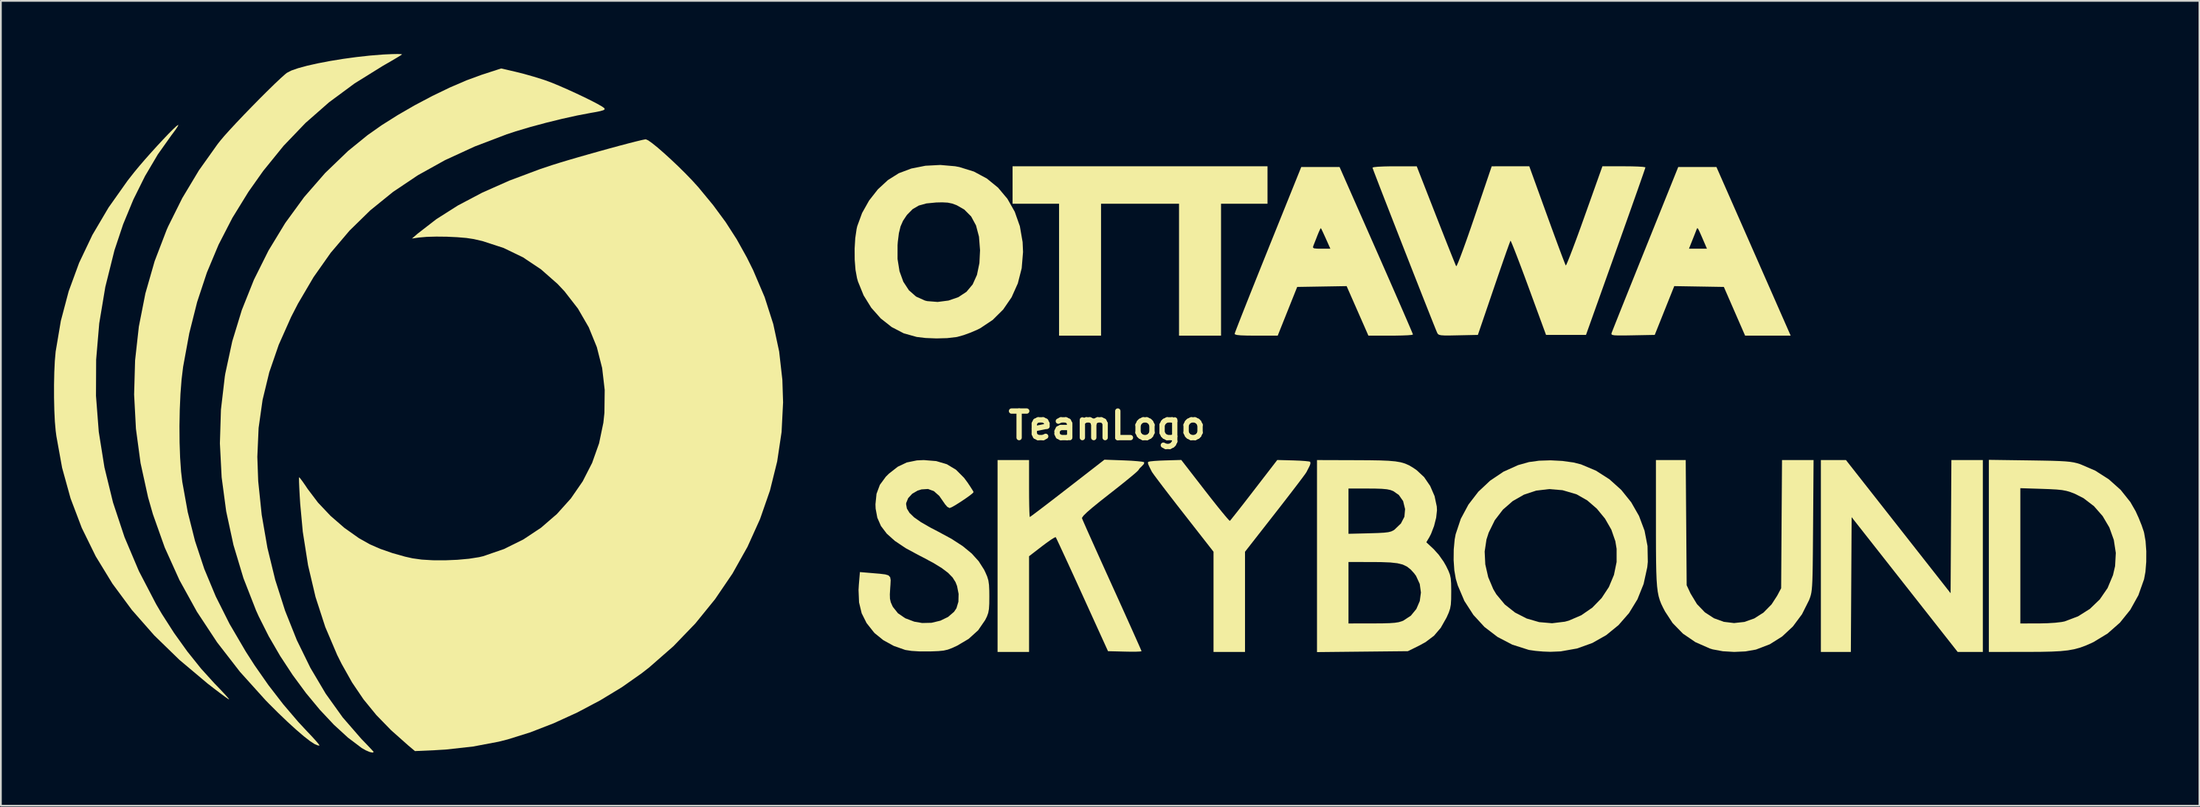
<source format=kicad_pcb>
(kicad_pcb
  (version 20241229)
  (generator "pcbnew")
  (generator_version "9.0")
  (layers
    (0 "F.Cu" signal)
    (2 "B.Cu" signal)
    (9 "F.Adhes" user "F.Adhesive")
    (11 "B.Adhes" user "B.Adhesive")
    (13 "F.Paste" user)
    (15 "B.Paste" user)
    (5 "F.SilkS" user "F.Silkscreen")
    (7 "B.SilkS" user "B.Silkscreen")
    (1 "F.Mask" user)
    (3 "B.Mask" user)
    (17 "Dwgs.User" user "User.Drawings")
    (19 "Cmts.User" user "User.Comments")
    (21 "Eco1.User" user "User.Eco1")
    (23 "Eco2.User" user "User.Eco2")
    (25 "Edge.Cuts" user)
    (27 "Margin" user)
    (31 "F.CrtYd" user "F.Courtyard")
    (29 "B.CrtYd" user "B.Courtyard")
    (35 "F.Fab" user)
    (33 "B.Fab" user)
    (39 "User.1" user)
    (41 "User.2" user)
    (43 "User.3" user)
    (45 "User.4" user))
  (footprint "TeamLogo"
    (layer "F.Cu")
    (at 59.451 20.989)
    (property "Reference" "TeamLogo" (at 0 0 0) (layer "F.SilkS") (effects (font (size 1.5 1.5) (thickness 0.3))))
    (attr board_only exclude_from_pos_files exclude_from_bom)
    (fp_poly (pts (xy 44.671 5.708) (xy 47.625 9.469) (xy 47.647 5.708) (xy 47.669 1.947) (xy 48.557 1.947) (xy 49.445 1.947) (xy 49.445 7.366) (xy 49.445 12.785) (xy 48.735 12.785) (xy 48.024 12.785) (xy 45.03 8.978) (xy 42.037 5.172) (xy 42.015 8.978) (xy 41.993 12.785) (xy 41.147 12.785) (xy 40.301 12.785) (xy 40.301 7.366) (xy 40.301 1.947) (xy 41.009 1.947) (xy 41.717 1.947)) (stroke (width 0) (type solid)) (fill yes) (layer "F.SilkS"))
    (fp_poly (pts (xy 9.059 -13.589) (xy 9.059 -12.531) (xy 7.747 -12.531) (xy 6.435 -12.531) (xy 6.435 -8.805) (xy 6.435 -5.08) (xy 5.249 -5.08) (xy 4.064 -5.08) (xy 4.064 -8.805) (xy 4.064 -12.531) (xy 1.863 -12.531) (xy -0.339 -12.531) (xy -0.339 -8.805) (xy -0.339 -5.08) (xy -1.524 -5.08) (xy -2.709 -5.08) (xy -2.709 -8.805) (xy -2.709 -12.531) (xy -4.022 -12.531) (xy -5.334 -12.531) (xy -5.334 -13.589) (xy -5.334 -14.647) (xy 1.863 -14.647) (xy 9.059 -14.647)) (stroke (width 0) (type solid)) (fill yes) (layer "F.SilkS"))
    (fp_poly (pts (xy 5.536 3.678) (xy 5.899 4.143) (xy 6.229 4.559) (xy 6.512 4.908) (xy 6.733 5.173) (xy 6.878 5.336) (xy 6.933 5.382) (xy 6.997 5.309) (xy 7.149 5.119) (xy 7.376 4.832) (xy 7.663 4.466) (xy 7.995 4.038) (xy 8.297 3.646) (xy 9.61 1.943) (xy 10.514 1.967) (xy 10.889 1.982) (xy 11.199 2.003) (xy 11.406 2.027) (xy 11.472 2.046) (xy 11.481 2.154) (xy 11.436 2.278) (xy 11.321 2.503) (xy 11.259 2.626) (xy 11.187 2.733) (xy 11.024 2.955) (xy 10.782 3.276) (xy 10.475 3.678) (xy 10.116 4.144) (xy 9.719 4.656) (xy 9.481 4.961) (xy 7.789 7.126) (xy 7.789 9.955) (xy 7.789 12.785) (xy 6.9 12.785) (xy 6.011 12.785) (xy 6.011 9.955) (xy 6.011 7.126) (xy 4.32 4.961) (xy 3.905 4.429) (xy 3.521 3.932) (xy 3.181 3.489) (xy 2.899 3.116) (xy 2.687 2.832) (xy 2.559 2.653) (xy 2.528 2.605) (xy 2.391 2.333) (xy 2.321 2.172) (xy 2.307 2.087) (xy 2.328 2.046) (xy 2.43 2.022) (xy 2.664 1.998) (xy 2.993 1.978) (xy 3.287 1.967) (xy 4.191 1.941)) (stroke (width 0) (type solid)) (fill yes) (layer "F.SilkS"))
    (fp_poly (pts (xy 36.045 -10.88) (xy 36.392 -10.091) (xy 36.734 -9.314) (xy 37.061 -8.569) (xy 37.365 -7.879) (xy 37.636 -7.263) (xy 37.864 -6.744) (xy 38.041 -6.341) (xy 38.14 -6.117) (xy 38.596 -5.08) (xy 37.309 -5.08) (xy 36.023 -5.08) (xy 35.423 -6.456) (xy 34.823 -7.832) (xy 33.423 -7.855) (xy 32.023 -7.878) (xy 31.472 -6.5) (xy 30.921 -5.122) (xy 29.678 -5.099) (xy 29.196 -5.091) (xy 28.86 -5.091) (xy 28.644 -5.1) (xy 28.525 -5.122) (xy 28.478 -5.159) (xy 28.48 -5.214) (xy 28.484 -5.226) (xy 28.524 -5.33) (xy 28.621 -5.577) (xy 28.77 -5.952) (xy 28.965 -6.442) (xy 29.201 -7.031) (xy 29.471 -7.705) (xy 29.771 -8.451) (xy 30.093 -9.254) (xy 30.39 -9.991) (xy 32.853 -9.991) (xy 33.361 -9.991) (xy 33.869 -9.991) (xy 33.732 -10.308) (xy 33.564 -10.698) (xy 33.45 -10.954) (xy 33.379 -11.098) (xy 33.335 -11.152) (xy 33.307 -11.135) (xy 33.28 -11.071) (xy 33.272 -11.049) (xy 33.205 -10.876) (xy 33.102 -10.616) (xy 33.03 -10.435) (xy 32.853 -9.991) (xy 30.39 -9.991) (xy 32.247 -14.605) (xy 33.326 -14.605) (xy 34.405 -14.605)) (stroke (width 0) (type solid)) (fill yes) (layer "F.SilkS"))
    (fp_poly (pts (xy 15.2 -9.906) (xy 15.569 -9.067) (xy 15.918 -8.273) (xy 16.239 -7.539) (xy 16.528 -6.878) (xy 16.778 -6.304) (xy 16.983 -5.83) (xy 17.138 -5.469) (xy 17.236 -5.236) (xy 17.272 -5.144) (xy 17.272 -5.144) (xy 17.192 -5.121) (xy 16.972 -5.102) (xy 16.642 -5.089) (xy 16.231 -5.081) (xy 16.014 -5.08) (xy 14.756 -5.08) (xy 14.141 -6.479) (xy 13.526 -7.878) (xy 12.131 -7.855) (xy 10.735 -7.832) (xy 10.185 -6.456) (xy 9.635 -5.08) (xy 8.416 -5.08) (xy 7.911 -5.084) (xy 7.556 -5.096) (xy 7.333 -5.119) (xy 7.223 -5.153) (xy 7.204 -5.186) (xy 7.236 -5.282) (xy 7.326 -5.52) (xy 7.469 -5.888) (xy 7.658 -6.37) (xy 7.889 -6.953) (xy 8.155 -7.623) (xy 8.452 -8.365) (xy 8.773 -9.166) (xy 9.088 -9.948) (xy 9.131 -10.057) (xy 11.626 -10.057) (xy 11.689 -10.012) (xy 11.861 -9.994) (xy 12.095 -9.991) (xy 12.608 -9.991) (xy 12.353 -10.56) (xy 12.226 -10.839) (xy 12.127 -11.05) (xy 12.075 -11.151) (xy 12.072 -11.155) (xy 12.031 -11.097) (xy 11.951 -10.922) (xy 11.874 -10.733) (xy 11.767 -10.458) (xy 11.677 -10.23) (xy 11.641 -10.139) (xy 11.626 -10.057) (xy 9.131 -10.057) (xy 10.964 -14.605) (xy 12.046 -14.605) (xy 13.128 -14.605)) (stroke (width 0) (type solid)) (fill yes) (layer "F.SilkS"))
    (fp_poly (pts (xy 32.697 5.482) (xy 32.724 9.017) (xy 32.944 9.487) (xy 33.305 10.083) (xy 33.752 10.548) (xy 34.264 10.882) (xy 34.821 11.084) (xy 35.4 11.154) (xy 35.981 11.09) (xy 36.541 10.893) (xy 37.061 10.562) (xy 37.518 10.097) (xy 37.833 9.61) (xy 38.058 9.186) (xy 38.082 5.567) (xy 38.107 1.947) (xy 38.997 1.947) (xy 39.888 1.947) (xy 39.861 5.652) (xy 39.854 6.54) (xy 39.848 7.276) (xy 39.841 7.877) (xy 39.832 8.358) (xy 39.821 8.738) (xy 39.806 9.033) (xy 39.787 9.259) (xy 39.763 9.433) (xy 39.733 9.573) (xy 39.696 9.696) (xy 39.65 9.817) (xy 39.632 9.864) (xy 39.235 10.655) (xy 38.724 11.343) (xy 38.113 11.914) (xy 37.417 12.352) (xy 36.652 12.645) (xy 36.615 12.655) (xy 36.042 12.755) (xy 35.403 12.784) (xy 34.766 12.746) (xy 34.197 12.641) (xy 34.036 12.592) (xy 33.216 12.231) (xy 32.513 11.751) (xy 31.932 11.155) (xy 31.507 10.506) (xy 31.387 10.278) (xy 31.287 10.069) (xy 31.206 9.862) (xy 31.141 9.639) (xy 31.091 9.383) (xy 31.053 9.076) (xy 31.026 8.7) (xy 31.008 8.237) (xy 30.997 7.669) (xy 30.991 6.98) (xy 30.989 6.15) (xy 30.989 5.524) (xy 30.988 1.947) (xy 31.829 1.947) (xy 32.67 1.947)) (stroke (width 0) (type solid)) (fill yes) (layer "F.SilkS"))
    (fp_poly (pts (xy -52.433 -16.985) (xy -52.463 -16.906) (xy -52.578 -16.729) (xy -52.754 -16.489) (xy -52.814 -16.411) (xy -53.589 -15.319) (xy -54.313 -14.094) (xy -54.972 -12.767) (xy -55.549 -11.371) (xy -56.027 -9.938) (xy -56.046 -9.874) (xy -56.556 -7.829) (xy -56.898 -5.777) (xy -57.073 -3.725) (xy -57.082 -1.68) (xy -56.925 0.351) (xy -56.604 2.363) (xy -56.119 4.348) (xy -55.471 6.301) (xy -54.662 8.213) (xy -53.691 10.079) (xy -53.369 10.628) (xy -52.675 11.711) (xy -51.926 12.757) (xy -51.153 13.723) (xy -50.387 14.569) (xy -50.357 14.599) (xy -50.062 14.904) (xy -49.818 15.165) (xy -49.646 15.357) (xy -49.566 15.46) (xy -49.563 15.47) (xy -49.636 15.431) (xy -49.819 15.301) (xy -50.093 15.099) (xy -50.434 14.839) (xy -50.793 14.56) (xy -52.373 13.231) (xy -53.792 11.851) (xy -55.052 10.418) (xy -56.153 8.929) (xy -57.097 7.383) (xy -57.884 5.779) (xy -58.516 4.114) (xy -58.994 2.386) (xy -59.318 0.595) (xy -59.357 0.296) (xy -59.403 -0.224) (xy -59.434 -0.862) (xy -59.45 -1.571) (xy -59.451 -2.303) (xy -59.436 -3.012) (xy -59.406 -3.649) (xy -59.36 -4.167) (xy -59.357 -4.191) (xy -59.066 -5.916) (xy -58.625 -7.583) (xy -58.032 -9.199) (xy -57.283 -10.773) (xy -56.374 -12.314) (xy -55.301 -13.831) (xy -54.919 -14.318) (xy -54.641 -14.654) (xy -54.321 -15.026) (xy -53.976 -15.415) (xy -53.626 -15.801) (xy -53.289 -16.164) (xy -52.984 -16.484) (xy -52.728 -16.741) (xy -52.542 -16.915) (xy -52.442 -16.986)) (stroke (width 0) (type solid)) (fill yes) (layer "F.SilkS"))
    (fp_poly (pts (xy 52.091 1.966) (xy 52.79 1.977) (xy 53.344 1.988) (xy 53.776 2.003) (xy 54.11 2.022) (xy 54.369 2.047) (xy 54.578 2.08) (xy 54.76 2.123) (xy 54.938 2.178) (xy 54.949 2.182) (xy 55.79 2.544) (xy 56.557 3.035) (xy 57.227 3.633) (xy 57.775 4.321) (xy 58.069 4.833) (xy 58.246 5.222) (xy 58.408 5.626) (xy 58.527 5.973) (xy 58.549 6.054) (xy 58.632 6.528) (xy 58.673 7.098) (xy 58.67 7.697) (xy 58.625 8.258) (xy 58.547 8.678) (xy 58.226 9.584) (xy 57.768 10.407) (xy 57.184 11.132) (xy 56.487 11.745) (xy 55.692 12.228) (xy 55.562 12.29) (xy 55.231 12.434) (xy 54.918 12.547) (xy 54.598 12.633) (xy 54.244 12.696) (xy 53.83 12.739) (xy 53.328 12.765) (xy 52.712 12.779) (xy 51.956 12.783) (xy 51.88 12.783) (xy 49.784 12.785) (xy 49.784 7.36) (xy 49.784 7.356) (xy 51.562 7.356) (xy 51.562 11.176) (xy 52.599 11.175) (xy 53.084 11.164) (xy 53.531 11.136) (xy 53.892 11.094) (xy 54.06 11.061) (xy 54.82 10.774) (xy 55.487 10.355) (xy 56.047 9.817) (xy 56.487 9.177) (xy 56.792 8.448) (xy 56.911 7.937) (xy 56.952 7.193) (xy 56.839 6.457) (xy 56.587 5.754) (xy 56.208 5.111) (xy 55.718 4.551) (xy 55.129 4.1) (xy 54.64 3.852) (xy 54.392 3.756) (xy 54.165 3.689) (xy 53.918 3.642) (xy 53.613 3.611) (xy 53.208 3.589) (xy 52.811 3.575) (xy 51.562 3.535) (xy 51.562 7.356) (xy 49.784 7.356) (xy 49.784 1.935)) (stroke (width 0) (type solid)) (fill yes) (layer "F.SilkS"))
    (fp_poly (pts (xy 0.943 1.965) (xy 1.357 1.984) (xy 1.709 2.01) (xy 1.965 2.037) (xy 2.09 2.064) (xy 2.096 2.068) (xy 2.086 2.16) (xy 1.982 2.275) (xy 1.836 2.418) (xy 1.77 2.517) (xy 1.696 2.594) (xy 1.507 2.76) (xy 1.221 2.997) (xy 0.858 3.291) (xy 0.437 3.625) (xy 0.141 3.857) (xy -0.409 4.29) (xy -0.829 4.632) (xy -1.13 4.892) (xy -1.319 5.077) (xy -1.407 5.195) (xy -1.414 5.238) (xy -1.371 5.341) (xy -1.266 5.582) (xy -1.105 5.947) (xy -0.894 6.418) (xy -0.642 6.98) (xy -0.355 7.618) (xy -0.04 8.315) (xy 0.287 9.037) (xy 0.621 9.773) (xy 0.932 10.462) (xy 1.214 11.089) (xy 1.46 11.637) (xy 1.663 12.092) (xy 1.817 12.438) (xy 1.914 12.66) (xy 1.947 12.744) (xy 1.868 12.76) (xy 1.654 12.77) (xy 1.338 12.772) (xy 1.001 12.766) (xy 0.054 12.742) (xy -1.4 9.545) (xy -1.713 8.857) (xy -2.005 8.218) (xy -2.269 7.644) (xy -2.497 7.151) (xy -2.681 6.755) (xy -2.813 6.474) (xy -2.887 6.322) (xy -2.9 6.301) (xy -2.981 6.33) (xy -3.166 6.446) (xy -3.425 6.629) (xy -3.674 6.816) (xy -4.403 7.378) (xy -4.403 10.082) (xy -4.403 12.785) (xy -5.292 12.785) (xy -6.181 12.785) (xy -6.181 7.366) (xy -6.181 1.947) (xy -5.292 1.947) (xy -4.403 1.947) (xy -4.403 3.556) (xy -4.401 4.057) (xy -4.395 4.494) (xy -4.386 4.842) (xy -4.375 5.074) (xy -4.363 5.164) (xy -4.362 5.165) (xy -4.287 5.115) (xy -4.096 4.973) (xy -3.803 4.752) (xy -3.427 4.465) (xy -2.982 4.124) (xy -2.486 3.74) (xy -2.234 3.545) (xy -0.148 1.926)) (stroke (width 0) (type solid)) (fill yes) (layer "F.SilkS"))
    (fp_poly (pts (xy -8.581 -14.649) (xy -8.34 -14.604) (xy -7.521 -14.35) (xy -6.789 -13.958) (xy -6.154 -13.44) (xy -5.625 -12.81) (xy -5.211 -12.079) (xy -4.922 -11.26) (xy -4.767 -10.366) (xy -4.743 -9.804) (xy -4.819 -8.888) (xy -5.038 -8.031) (xy -5.389 -7.248) (xy -5.864 -6.556) (xy -6.454 -5.97) (xy -7.149 -5.505) (xy -7.317 -5.42) (xy -7.701 -5.254) (xy -8.101 -5.109) (xy -8.444 -5.013) (xy -8.503 -5.001) (xy -9.023 -4.941) (xy -9.629 -4.924) (xy -10.245 -4.948) (xy -10.747 -5.007) (xy -11.477 -5.211) (xy -12.16 -5.566) (xy -12.776 -6.052) (xy -13.31 -6.654) (xy -13.744 -7.355) (xy -14.062 -8.138) (xy -14.117 -8.332) (xy -14.202 -8.8) (xy -14.247 -9.373) (xy -14.247 -9.41) (xy -11.828 -9.41) (xy -11.717 -8.717) (xy -11.501 -8.124) (xy -11.186 -7.643) (xy -10.78 -7.286) (xy -10.286 -7.064) (xy -10.153 -7.031) (xy -9.565 -6.984) (xy -8.951 -7.063) (xy -8.397 -7.253) (xy -7.937 -7.556) (xy -7.587 -7.974) (xy -7.344 -8.513) (xy -7.206 -9.178) (xy -7.17 -9.906) (xy -7.23 -10.67) (xy -7.397 -11.304) (xy -7.673 -11.814) (xy -8.06 -12.203) (xy -8.479 -12.443) (xy -8.739 -12.541) (xy -8.992 -12.593) (xy -9.299 -12.61) (xy -9.644 -12.602) (xy -10.198 -12.549) (xy -10.629 -12.429) (xy -10.976 -12.226) (xy -11.277 -11.921) (xy -11.321 -11.865) (xy -11.52 -11.566) (xy -11.659 -11.249) (xy -11.752 -10.868) (xy -11.813 -10.379) (xy -11.827 -10.191) (xy -11.828 -9.41) (xy -14.247 -9.41) (xy -14.251 -9.988) (xy -14.216 -10.585) (xy -14.14 -11.104) (xy -14.104 -11.261) (xy -13.83 -12.008) (xy -13.434 -12.713) (xy -12.94 -13.343) (xy -12.373 -13.867) (xy -11.756 -14.255) (xy -11.05 -14.52) (xy -10.254 -14.677) (xy -9.416 -14.721)) (stroke (width 0) (type solid)) (fill yes) (layer "F.SilkS"))
    (fp_poly (pts (xy 25.709 1.997) (xy 26.331 2.083) (xy 26.755 2.189) (xy 27.601 2.545) (xy 28.363 3.033) (xy 29.031 3.633) (xy 29.591 4.329) (xy 30.033 5.102) (xy 30.345 5.933) (xy 30.514 6.805) (xy 30.53 7.699) (xy 30.5 7.998) (xy 30.293 8.944) (xy 29.945 9.812) (xy 29.469 10.591) (xy 28.876 11.27) (xy 28.181 11.837) (xy 27.396 12.281) (xy 26.534 12.59) (xy 25.608 12.754) (xy 25.027 12.778) (xy 24.612 12.762) (xy 24.198 12.726) (xy 23.858 12.678) (xy 23.791 12.664) (xy 22.876 12.372) (xy 22.045 11.938) (xy 21.309 11.375) (xy 20.682 10.693) (xy 20.174 9.906) (xy 19.799 9.024) (xy 19.69 8.655) (xy 19.606 8.173) (xy 19.567 7.596) (xy 19.572 7.114) (xy 21.319 7.114) (xy 21.354 7.837) (xy 21.519 8.561) (xy 21.806 9.241) (xy 21.981 9.534) (xy 22.455 10.103) (xy 23.033 10.56) (xy 23.69 10.896) (xy 24.396 11.101) (xy 25.124 11.164) (xy 25.848 11.076) (xy 26.07 11.016) (xy 26.777 10.712) (xy 27.399 10.281) (xy 27.921 9.743) (xy 28.331 9.121) (xy 28.618 8.435) (xy 28.768 7.707) (xy 28.768 6.958) (xy 28.697 6.529) (xy 28.471 5.877) (xy 28.113 5.254) (xy 27.652 4.693) (xy 27.116 4.229) (xy 26.535 3.896) (xy 26.479 3.872) (xy 25.717 3.649) (xy 24.961 3.586) (xy 24.228 3.673) (xy 23.536 3.902) (xy 22.904 4.263) (xy 22.349 4.747) (xy 21.89 5.346) (xy 21.545 6.049) (xy 21.421 6.434) (xy 21.319 7.114) (xy 19.572 7.114) (xy 19.574 6.992) (xy 19.626 6.43) (xy 19.681 6.138) (xy 19.971 5.267) (xy 20.404 4.46) (xy 20.961 3.736) (xy 21.626 3.112) (xy 22.381 2.604) (xy 23.208 2.232) (xy 23.82 2.06) (xy 24.389 1.983) (xy 25.04 1.962)) (stroke (width 0) (type solid)) (fill yes) (layer "F.SilkS"))
    (fp_poly (pts (xy -33.381 -19.981) (xy -32.911 -19.863) (xy -32.375 -19.711) (xy -31.866 -19.553) (xy -31.708 -19.5) (xy -31.363 -19.372) (xy -30.945 -19.2) (xy -30.483 -18.998) (xy -30.004 -18.78) (xy -29.539 -18.56) (xy -29.115 -18.351) (xy -28.761 -18.166) (xy -28.505 -18.019) (xy -28.377 -17.924) (xy -28.377 -17.923) (xy -28.361 -17.866) (xy -28.434 -17.815) (xy -28.616 -17.762) (xy -28.933 -17.699) (xy -29.148 -17.662) (xy -29.919 -17.515) (xy -30.782 -17.324) (xy -31.683 -17.102) (xy -32.566 -16.864) (xy -33.376 -16.623) (xy -33.885 -16.456) (xy -35.703 -15.763) (xy -37.375 -14.994) (xy -38.908 -14.141) (xy -40.312 -13.199) (xy -41.595 -12.159) (xy -42.765 -11.015) (xy -43.83 -9.76) (xy -44.798 -8.386) (xy -45.679 -6.886) (xy -46.064 -6.138) (xy -46.763 -4.568) (xy -47.299 -3.012) (xy -47.677 -1.45) (xy -47.901 0.136) (xy -47.973 1.766) (xy -47.924 3.133) (xy -47.726 5.039) (xy -47.403 6.905) (xy -46.962 8.715) (xy -46.406 10.457) (xy -45.743 12.118) (xy -44.976 13.685) (xy -44.112 15.143) (xy -43.155 16.48) (xy -42.112 17.682) (xy -42.064 17.732) (xy -41.8 18.006) (xy -41.586 18.231) (xy -41.446 18.383) (xy -41.402 18.436) (xy -41.467 18.472) (xy -41.633 18.435) (xy -41.856 18.34) (xy -42.086 18.207) (xy -42.856 17.625) (xy -43.647 16.9) (xy -44.442 16.054) (xy -45.225 15.109) (xy -45.978 14.087) (xy -46.685 13.01) (xy -47.329 11.901) (xy -47.892 10.781) (xy -48.043 10.447) (xy -48.757 8.619) (xy -49.32 6.745) (xy -49.731 4.841) (xy -49.987 2.922) (xy -50.086 1.003) (xy -50.027 -0.901) (xy -49.808 -2.774) (xy -49.78 -2.944) (xy -49.389 -4.759) (xy -48.848 -6.529) (xy -48.164 -8.241) (xy -47.344 -9.884) (xy -46.396 -11.444) (xy -45.327 -12.91) (xy -44.143 -14.268) (xy -42.854 -15.508) (xy -41.752 -16.404) (xy -40.958 -16.963) (xy -40.056 -17.533) (xy -39.087 -18.093) (xy -38.088 -18.621) (xy -37.098 -19.099) (xy -36.156 -19.504) (xy -35.301 -19.817) (xy -35.297 -19.818) (xy -34.208 -20.172)) (stroke (width 0) (type solid)) (fill yes) (layer "F.SilkS"))
    (fp_poly (pts (xy 14.076 1.954) (xy 14.821 1.958) (xy 15.42 1.968) (xy 15.896 1.988) (xy 16.274 2.021) (xy 16.575 2.072) (xy 16.825 2.145) (xy 17.046 2.242) (xy 17.262 2.369) (xy 17.48 2.518) (xy 17.899 2.908) (xy 18.244 3.412) (xy 18.491 3.982) (xy 18.616 4.571) (xy 18.627 4.784) (xy 18.581 5.203) (xy 18.461 5.676) (xy 18.29 6.121) (xy 18.196 6.302) (xy 18.026 6.59) (xy 18.44 6.977) (xy 18.73 7.3) (xy 19.008 7.695) (xy 19.143 7.932) (xy 19.273 8.199) (xy 19.357 8.415) (xy 19.404 8.633) (xy 19.425 8.904) (xy 19.431 9.28) (xy 19.431 9.393) (xy 19.427 9.809) (xy 19.409 10.109) (xy 19.366 10.345) (xy 19.29 10.569) (xy 19.171 10.836) (xy 19.165 10.848) (xy 18.84 11.423) (xy 18.458 11.871) (xy 17.977 12.233) (xy 17.626 12.425) (xy 16.985 12.742) (xy 14.419 12.768) (xy 11.853 12.794) (xy 11.853 9.44) (xy 13.631 9.44) (xy 13.631 11.176) (xy 15.007 11.174) (xy 15.548 11.171) (xy 15.951 11.159) (xy 16.246 11.138) (xy 16.465 11.104) (xy 16.637 11.053) (xy 16.728 11.016) (xy 17.151 10.738) (xy 17.462 10.359) (xy 17.655 9.912) (xy 17.721 9.43) (xy 17.654 8.945) (xy 17.445 8.49) (xy 17.338 8.344) (xy 17.14 8.127) (xy 16.935 7.965) (xy 16.695 7.85) (xy 16.39 7.775) (xy 15.994 7.731) (xy 15.477 7.711) (xy 15.007 7.707) (xy 13.631 7.705) (xy 13.631 9.44) (xy 11.853 9.44) (xy 11.853 7.371) (xy 11.853 4.834) (xy 13.631 4.834) (xy 13.631 6.112) (xy 14.811 6.083) (xy 15.293 6.068) (xy 15.638 6.049) (xy 15.877 6.021) (xy 16.043 5.979) (xy 16.168 5.918) (xy 16.229 5.877) (xy 16.59 5.531) (xy 16.788 5.149) (xy 16.826 4.722) (xy 16.826 4.714) (xy 16.715 4.264) (xy 16.474 3.92) (xy 16.165 3.704) (xy 16.005 3.64) (xy 15.799 3.597) (xy 15.513 3.571) (xy 15.116 3.558) (xy 14.753 3.556) (xy 13.631 3.556) (xy 13.631 4.834) (xy 11.853 4.834) (xy 11.853 1.947)) (stroke (width 0) (type solid)) (fill yes) (layer "F.SilkS"))
    (fp_poly (pts (xy -39.861 -20.983) (xy -39.802 -20.965) (xy -39.802 -20.965) (xy -39.89 -20.905) (xy -40.098 -20.778) (xy -40.397 -20.601) (xy -40.761 -20.391) (xy -40.903 -20.309) (xy -42.479 -19.329) (xy -43.924 -18.261) (xy -45.256 -17.091) (xy -46.491 -15.802) (xy -47.645 -14.379) (xy -48.472 -13.208) (xy -49.381 -11.733) (xy -50.161 -10.218) (xy -50.822 -8.64) (xy -51.371 -6.981) (xy -51.814 -5.22) (xy -52.16 -3.336) (xy -52.165 -3.302) (xy -52.25 -2.602) (xy -52.313 -1.786) (xy -52.352 -0.895) (xy -52.369 0.03) (xy -52.362 0.948) (xy -52.332 1.817) (xy -52.278 2.596) (xy -52.21 3.175) (xy -51.902 4.885) (xy -51.491 6.516) (xy -50.968 8.095) (xy -50.322 9.645) (xy -49.545 11.194) (xy -48.624 12.767) (xy -48.123 13.547) (xy -47.345 14.661) (xy -46.51 15.743) (xy -45.658 16.741) (xy -45.183 17.251) (xy -44.902 17.547) (xy -44.674 17.798) (xy -44.52 17.98) (xy -44.461 18.07) (xy -44.462 18.074) (xy -44.555 18.066) (xy -44.728 17.994) (xy -44.742 17.987) (xy -44.996 17.823) (xy -45.346 17.55) (xy -45.772 17.185) (xy -46.256 16.744) (xy -46.779 16.244) (xy -47.322 15.703) (xy -47.516 15.504) (xy -48.954 13.907) (xy -50.244 12.242) (xy -51.384 10.513) (xy -52.37 8.726) (xy -53.2 6.888) (xy -53.869 5.003) (xy -54.143 4.043) (xy -54.565 2.12) (xy -54.826 0.183) (xy -54.929 -1.756) (xy -54.874 -3.685) (xy -54.662 -5.592) (xy -54.293 -7.465) (xy -53.769 -9.292) (xy -53.091 -11.06) (xy -53.007 -11.25) (xy -52.209 -12.853) (xy -51.271 -14.416) (xy -50.221 -15.892) (xy -50.068 -16.087) (xy -49.847 -16.35) (xy -49.535 -16.697) (xy -49.156 -17.105) (xy -48.731 -17.553) (xy -48.28 -18.018) (xy -47.826 -18.48) (xy -47.389 -18.915) (xy -46.992 -19.303) (xy -46.654 -19.622) (xy -46.399 -19.849) (xy -46.305 -19.924) (xy -46.057 -20.053) (xy -45.666 -20.189) (xy -45.153 -20.328) (xy -44.544 -20.464) (xy -43.862 -20.594) (xy -43.132 -20.713) (xy -42.379 -20.816) (xy -41.625 -20.899) (xy -40.895 -20.958) (xy -40.745 -20.966) (xy -40.364 -20.983) (xy -40.059 -20.989)) (stroke (width 0) (type solid)) (fill yes) (layer "F.SilkS"))
    (fp_poly (pts (xy 29.612 -14.643) (xy 29.976 -14.632) (xy 30.242 -14.615) (xy 30.381 -14.593) (xy 30.394 -14.584) (xy 30.367 -14.495) (xy 30.287 -14.26) (xy 30.16 -13.895) (xy 29.991 -13.412) (xy 29.784 -12.827) (xy 29.546 -12.153) (xy 29.28 -11.404) (xy 28.993 -10.596) (xy 28.717 -9.821) (xy 27.04 -5.122) (xy 25.912 -5.122) (xy 24.784 -5.122) (xy 23.801 -7.803) (xy 23.567 -8.437) (xy 23.351 -9.014) (xy 23.159 -9.518) (xy 22.999 -9.93) (xy 22.877 -10.233) (xy 22.801 -10.408) (xy 22.778 -10.444) (xy 22.742 -10.358) (xy 22.658 -10.129) (xy 22.533 -9.779) (xy 22.374 -9.325) (xy 22.188 -8.788) (xy 21.981 -8.185) (xy 21.837 -7.763) (xy 20.936 -5.122) (xy 19.823 -5.099) (xy 19.37 -5.09) (xy 19.058 -5.09) (xy 18.857 -5.103) (xy 18.739 -5.132) (xy 18.673 -5.181) (xy 18.632 -5.256) (xy 18.627 -5.268) (xy 18.553 -5.446) (xy 18.429 -5.754) (xy 18.262 -6.174) (xy 18.057 -6.691) (xy 17.821 -7.287) (xy 17.562 -7.946) (xy 17.285 -8.65) (xy 16.998 -9.383) (xy 16.706 -10.127) (xy 16.417 -10.867) (xy 16.137 -11.584) (xy 15.873 -12.262) (xy 15.63 -12.885) (xy 15.417 -13.434) (xy 15.24 -13.895) (xy 15.104 -14.248) (xy 15.017 -14.479) (xy 14.986 -14.569) (xy 14.986 -14.569) (xy 15.066 -14.598) (xy 15.288 -14.621) (xy 15.625 -14.637) (xy 16.049 -14.646) (xy 16.235 -14.646) (xy 17.484 -14.646) (xy 18.569 -11.869) (xy 18.824 -11.219) (xy 19.06 -10.619) (xy 19.271 -10.086) (xy 19.45 -9.638) (xy 19.588 -9.295) (xy 19.678 -9.075) (xy 19.713 -8.998) (xy 19.752 -9.054) (xy 19.838 -9.252) (xy 19.965 -9.578) (xy 20.126 -10.012) (xy 20.315 -10.538) (xy 20.525 -11.138) (xy 20.744 -11.776) (xy 21.717 -14.646) (xy 22.778 -14.647) (xy 23.838 -14.647) (xy 24.842 -11.874) (xy 25.078 -11.225) (xy 25.298 -10.625) (xy 25.493 -10.096) (xy 25.658 -9.654) (xy 25.786 -9.319) (xy 25.868 -9.109) (xy 25.898 -9.042) (xy 25.938 -9.105) (xy 26.026 -9.311) (xy 26.157 -9.641) (xy 26.324 -10.078) (xy 26.521 -10.606) (xy 26.74 -11.206) (xy 26.958 -11.815) (xy 27.967 -14.647) (xy 29.181 -14.647)) (stroke (width 0) (type solid)) (fill yes) (layer "F.SilkS"))
    (fp_poly (pts (xy -9.644 2.005) (xy -9.043 2.183) (xy -8.526 2.495) (xy -8.071 2.952) (xy -7.866 3.229) (xy -7.702 3.476) (xy -7.583 3.665) (xy -7.535 3.756) (xy -7.535 3.757) (xy -7.602 3.832) (xy -7.775 3.968) (xy -8.016 4.139) (xy -8.286 4.319) (xy -8.546 4.483) (xy -8.757 4.603) (xy -8.882 4.656) (xy -8.888 4.657) (xy -9.019 4.59) (xy -9.159 4.426) (xy -9.171 4.405) (xy -9.472 3.973) (xy -9.778 3.701) (xy -10.107 3.581) (xy -10.476 3.604) (xy -10.696 3.673) (xy -11 3.85) (xy -11.228 4.099) (xy -11.34 4.373) (xy -11.345 4.441) (xy -11.3 4.687) (xy -11.154 4.929) (xy -10.895 5.181) (xy -10.51 5.452) (xy -9.984 5.755) (xy -9.567 5.972) (xy -8.782 6.396) (xy -8.147 6.808) (xy -7.641 7.225) (xy -7.247 7.661) (xy -6.945 8.134) (xy -6.872 8.283) (xy -6.767 8.525) (xy -6.7 8.748) (xy -6.664 9.001) (xy -6.649 9.335) (xy -6.646 9.652) (xy -6.65 10.067) (xy -6.668 10.362) (xy -6.709 10.583) (xy -6.78 10.781) (xy -6.879 10.982) (xy -7.277 11.561) (xy -7.815 12.048) (xy -8.46 12.43) (xy -8.752 12.565) (xy -8.99 12.654) (xy -9.227 12.708) (xy -9.515 12.737) (xy -9.908 12.753) (xy -10.026 12.756) (xy -10.567 12.756) (xy -11.035 12.727) (xy -11.383 12.674) (xy -11.402 12.669) (xy -12.041 12.445) (xy -12.628 12.123) (xy -13.111 11.732) (xy -13.16 11.681) (xy -13.576 11.155) (xy -13.853 10.601) (xy -14.001 9.988) (xy -14.03 9.285) (xy -14.013 8.995) (xy -13.953 8.274) (xy -13.263 8.332) (xy -12.82 8.369) (xy -12.52 8.406) (xy -12.336 8.464) (xy -12.244 8.565) (xy -12.216 8.731) (xy -12.228 8.982) (xy -12.242 9.174) (xy -12.263 9.534) (xy -12.255 9.783) (xy -12.211 9.978) (xy -12.123 10.177) (xy -12.088 10.245) (xy -11.806 10.599) (xy -11.395 10.881) (xy -10.886 11.074) (xy -10.439 11.151) (xy -9.911 11.139) (xy -9.409 11.019) (xy -8.972 10.806) (xy -8.637 10.517) (xy -8.503 10.318) (xy -8.392 9.948) (xy -8.381 9.507) (xy -8.468 9.061) (xy -8.555 8.841) (xy -8.721 8.578) (xy -8.973 8.319) (xy -9.328 8.05) (xy -9.804 7.758) (xy -10.418 7.43) (xy -10.607 7.335) (xy -11.37 6.922) (xy -11.976 6.516) (xy -12.437 6.104) (xy -12.765 5.671) (xy -12.97 5.204) (xy -13.065 4.69) (xy -13.075 4.445) (xy -13.015 3.853) (xy -12.826 3.346) (xy -12.489 2.887) (xy -12.31 2.71) (xy -11.816 2.324) (xy -11.307 2.082) (xy -10.737 1.966) (xy -10.351 1.948)) (stroke (width 0) (type solid)) (fill yes) (layer "F.SilkS"))
    (fp_poly (pts (xy -25.908 -16.112) (xy -25.68 -15.951) (xy -25.375 -15.705) (xy -25.016 -15.393) (xy -24.622 -15.034) (xy -24.214 -14.648) (xy -23.813 -14.252) (xy -23.439 -13.866) (xy -23.113 -13.508) (xy -23.064 -13.452) (xy -22.241 -12.455) (xy -21.534 -11.496) (xy -20.91 -10.527) (xy -20.34 -9.503) (xy -19.982 -8.783) (xy -19.332 -7.258) (xy -18.844 -5.733) (xy -18.512 -4.184) (xy -18.331 -2.586) (xy -18.29 -1.312) (xy -18.375 0.363) (xy -18.624 2.027) (xy -19.031 3.669) (xy -19.591 5.279) (xy -20.298 6.845) (xy -21.146 8.357) (xy -22.13 9.805) (xy -23.244 11.177) (xy -24.483 12.463) (xy -25.841 13.652) (xy -26.275 13.991) (xy -27.39 14.776) (xy -28.615 15.519) (xy -29.91 16.205) (xy -31.239 16.813) (xy -32.562 17.327) (xy -33.842 17.727) (xy -34.349 17.855) (xy -35.795 18.128) (xy -37.333 18.298) (xy -37.973 18.336) (xy -39.074 18.385) (xy -39.455 18.065) (xy -40.422 17.205) (xy -41.253 16.351) (xy -41.977 15.465) (xy -42.621 14.514) (xy -43.214 13.459) (xy -43.466 12.954) (xy -44.138 11.375) (xy -44.686 9.685) (xy -45.109 7.889) (xy -45.407 5.993) (xy -45.552 4.416) (xy -45.582 3.936) (xy -45.604 3.519) (xy -45.618 3.191) (xy -45.622 2.982) (xy -45.617 2.917) (xy -45.561 2.969) (xy -45.434 3.136) (xy -45.259 3.387) (xy -45.129 3.581) (xy -44.547 4.351) (xy -43.842 5.096) (xy -43.058 5.778) (xy -42.235 6.36) (xy -41.614 6.71) (xy -41.036 6.961) (xy -40.355 7.199) (xy -39.639 7.401) (xy -39.211 7.497) (xy -38.692 7.569) (xy -38.063 7.606) (xy -37.374 7.609) (xy -36.677 7.58) (xy -36.021 7.521) (xy -35.456 7.432) (xy -35.221 7.377) (xy -34.048 6.973) (xy -32.957 6.433) (xy -31.957 5.77) (xy -31.059 4.994) (xy -30.272 4.117) (xy -29.606 3.152) (xy -29.072 2.109) (xy -28.678 1) (xy -28.436 -0.163) (xy -28.377 -0.72) (xy -28.361 -2.011) (xy -28.505 -3.251) (xy -28.806 -4.434) (xy -29.263 -5.555) (xy -29.873 -6.609) (xy -30.634 -7.589) (xy -31.027 -8.006) (xy -31.962 -8.829) (xy -32.975 -9.505) (xy -34.071 -10.034) (xy -35.258 -10.421) (xy -35.758 -10.536) (xy -36.17 -10.598) (xy -36.695 -10.642) (xy -37.279 -10.669) (xy -37.867 -10.675) (xy -38.404 -10.661) (xy -38.835 -10.624) (xy -38.866 -10.62) (xy -39.243 -10.565) (xy -38.913 -10.849) (xy -37.862 -11.663) (xy -36.649 -12.433) (xy -35.273 -13.159) (xy -33.738 -13.84) (xy -32.042 -14.476) (xy -31.327 -14.715) (xy -30.922 -14.842) (xy -30.431 -14.99) (xy -29.877 -15.152) (xy -29.284 -15.321) (xy -28.677 -15.492) (xy -28.078 -15.658) (xy -27.514 -15.811) (xy -27.006 -15.945) (xy -26.581 -16.053) (xy -26.261 -16.13) (xy -26.071 -16.168) (xy -26.039 -16.171)) (stroke (width 0) (type solid)) (fill yes) (layer "F.SilkS")))
  (gr_rect
    (start -3 -3)
    (end 121.123 42.46)
    (stroke (width 0.1) (type default))
    (fill no)
    (layer "Edge.Cuts")))
</source>
